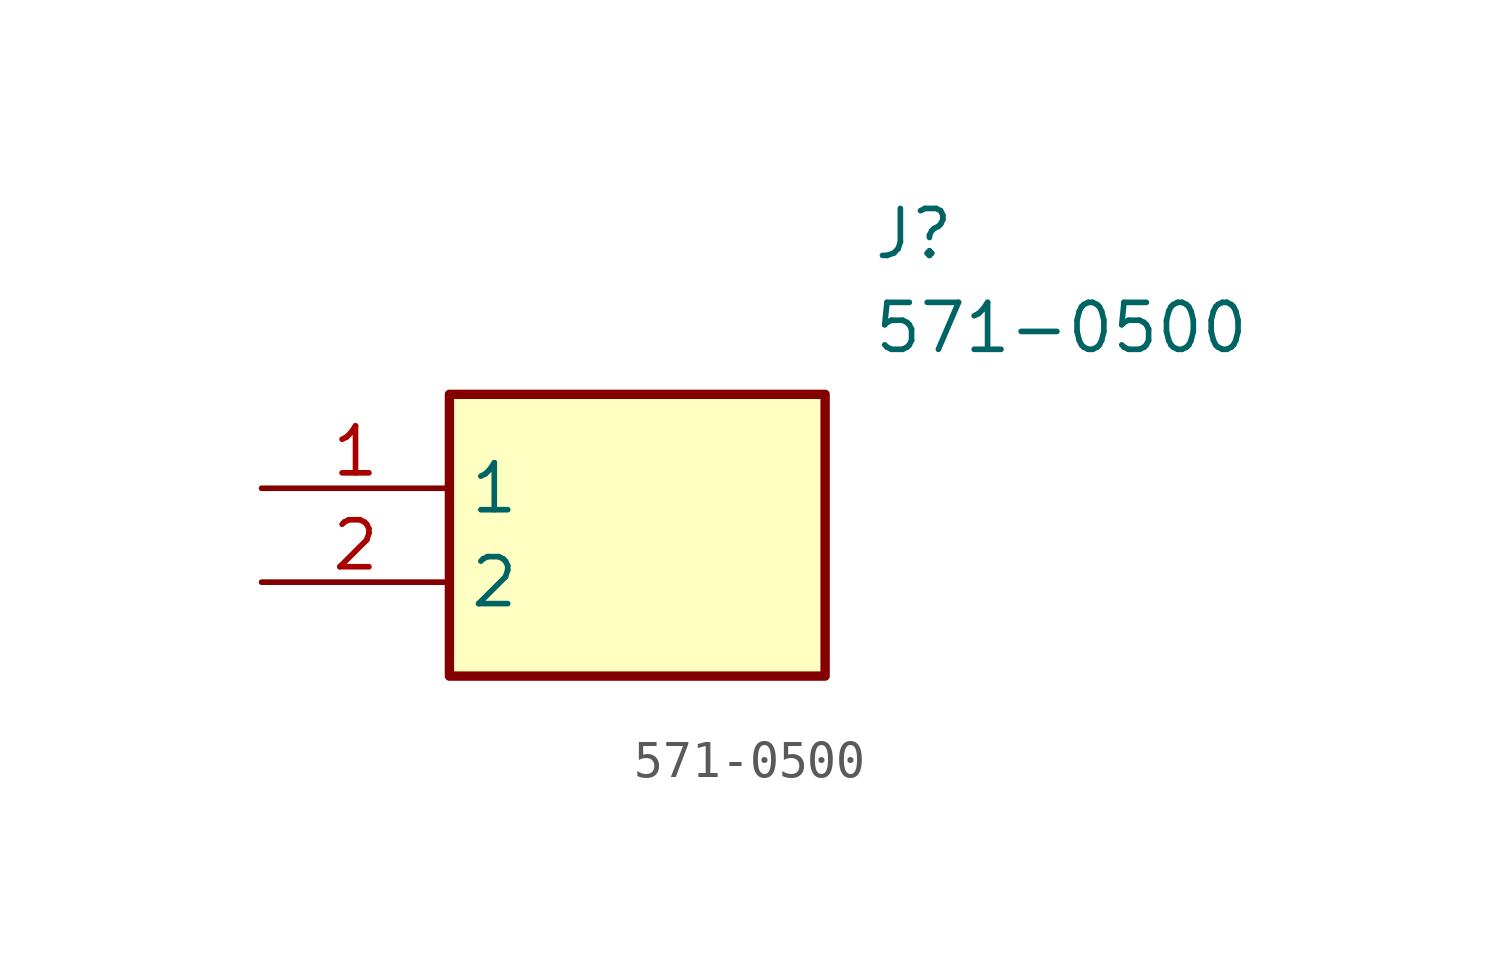
<source format=kicad_sym>
(kicad_symbol_lib
  (version 20231120)
  (generator "kicad_symbol_editor")
  (generator_version "8.0")
  (symbol "571-0500"
    (property "Reference" "J"
      (at 16.51 7.62 0)
      (effects (font (size 1.27 1.27)) (justify left top)))
    (property "Value" "571-0500"
      (at 16.51 5.08 0)
      (effects (font (size 1.27 1.27)) (justify left top)))
    (symbol "571-0500_1_1"
      (rectangle (start 5.08 2.54) (end 15.24 -5.08) (stroke (width 0.254) (type default)) (fill (type background)))
      (pin passive line (at 0 0 0) (length 5.08) (name "1" (effects (font (size 1.27 1.27)))) (number "1" (effects (font (size 1.27 1.27)))))
      (pin passive line (at 0 -2.54 0) (length 5.08) (name "2" (effects (font (size 1.27 1.27)))) (number "2" (effects (font (size 1.27 1.27))))))))
</source>
